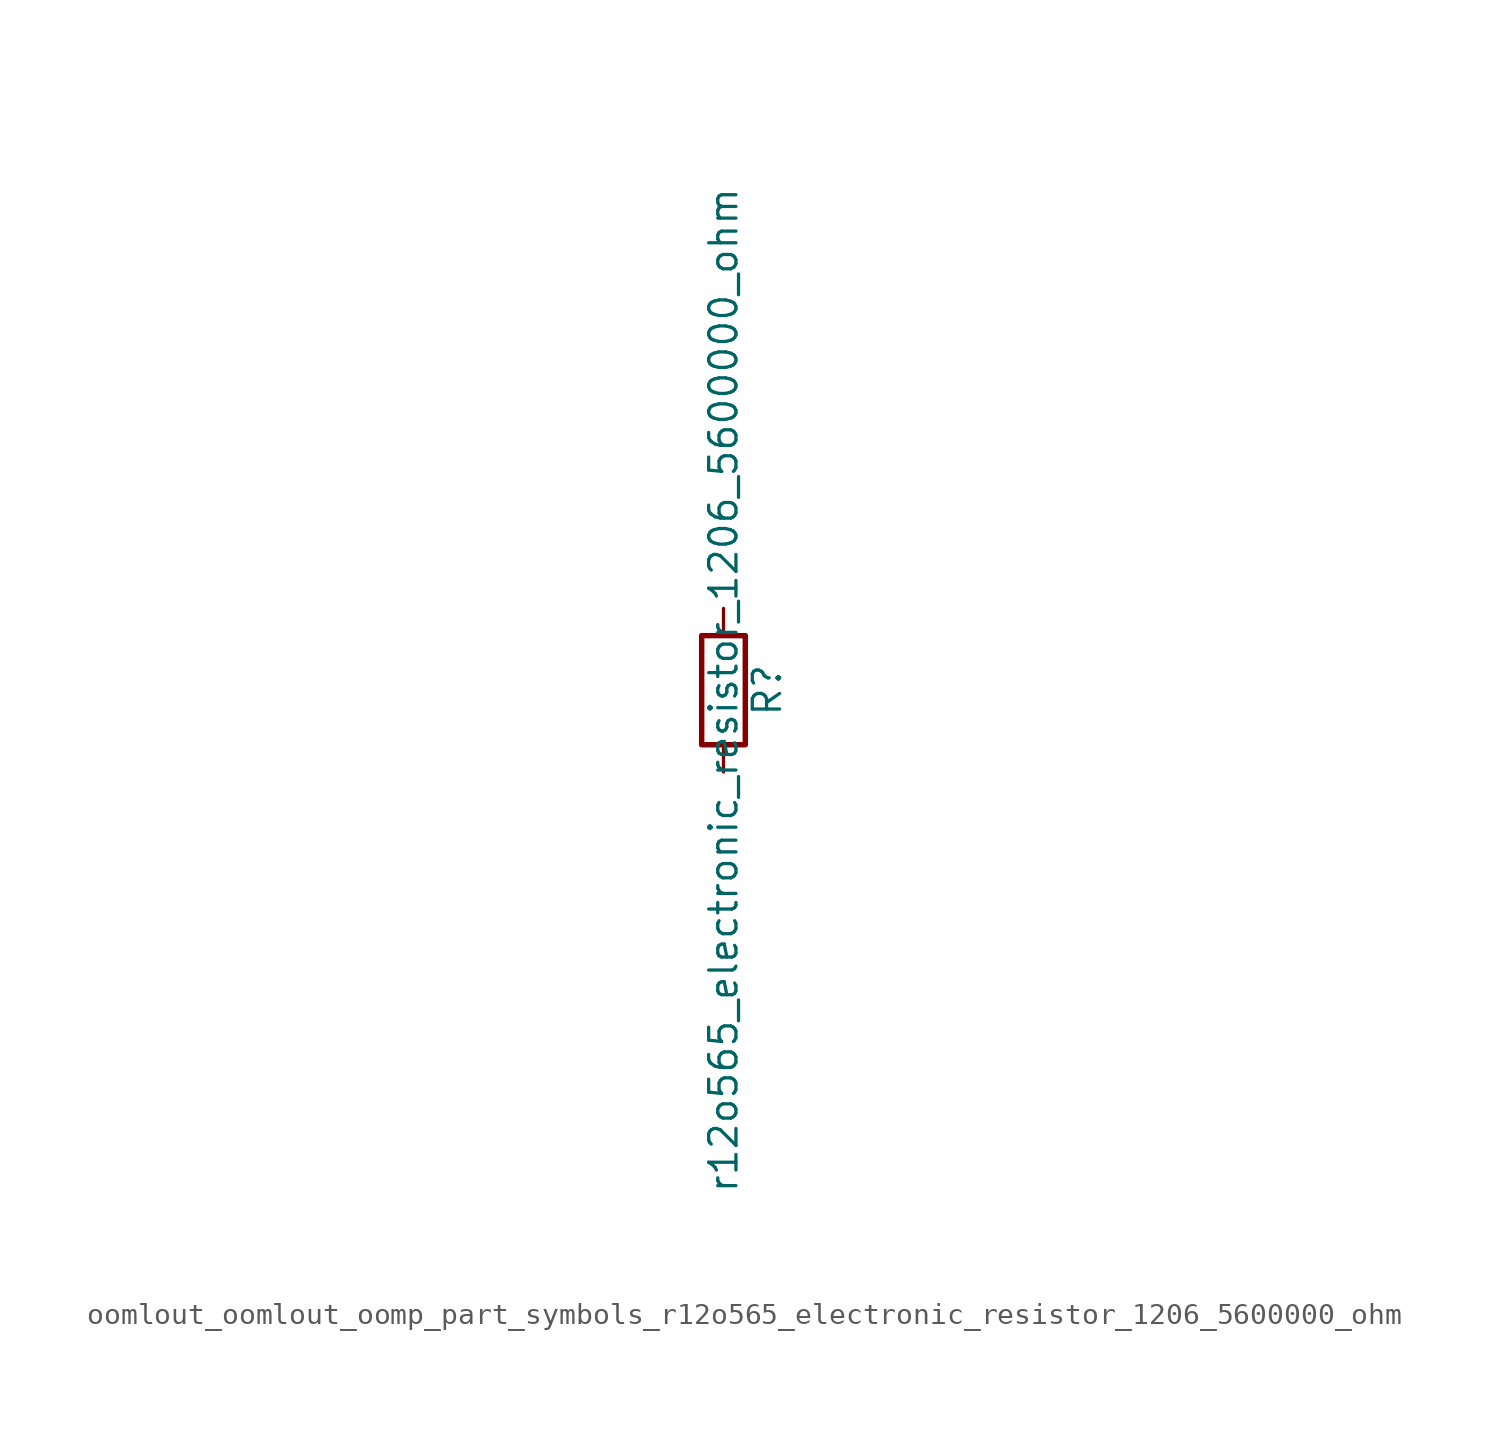
<source format=kicad_sym>
(kicad_symbol_lib
  (version 20220914)
  (generator kicad_symbol_editor)
  (symbol "oomlout_oomlout_oomp_part_symbols_r12o565_electronic_resistor_1206_5600000_ohm"
    (pin_numbers hide)
    (pin_names
      (offset 0))
    (property "Reference" "R"
      (at 2.032 0 90)
      (effects (font (size 1.27 1.27))))
    (property "Value" "r12o565_electronic_resistor_1206_5600000_ohm"
      (at 0 0 90)
      (effects (font (size 1.27 1.27))))
    (symbol "oomlout_oomlout_oomp_part_symbols_r12o565_electronic_resistor_1206_5600000_ohm_0_1"
      (rectangle (start -1.016 -2.54) (end 1.016 2.54) (stroke (width 0.254) (type default)) (fill (type none))))
    (symbol "oomlout_oomlout_oomp_part_symbols_r12o565_electronic_resistor_1206_5600000_ohm_1_1"
      (pin passive line (at 0 3.81 270) (length 1.27) (name "~" (effects (font (size 1.27 1.27)))) (number "1" (effects (font (size 1.27 1.27)))))
      (pin passive line (at 0 -3.81 90) (length 1.27) (name "~" (effects (font (size 1.27 1.27)))) (number "2" (effects (font (size 1.27 1.27))))))))
</source>
